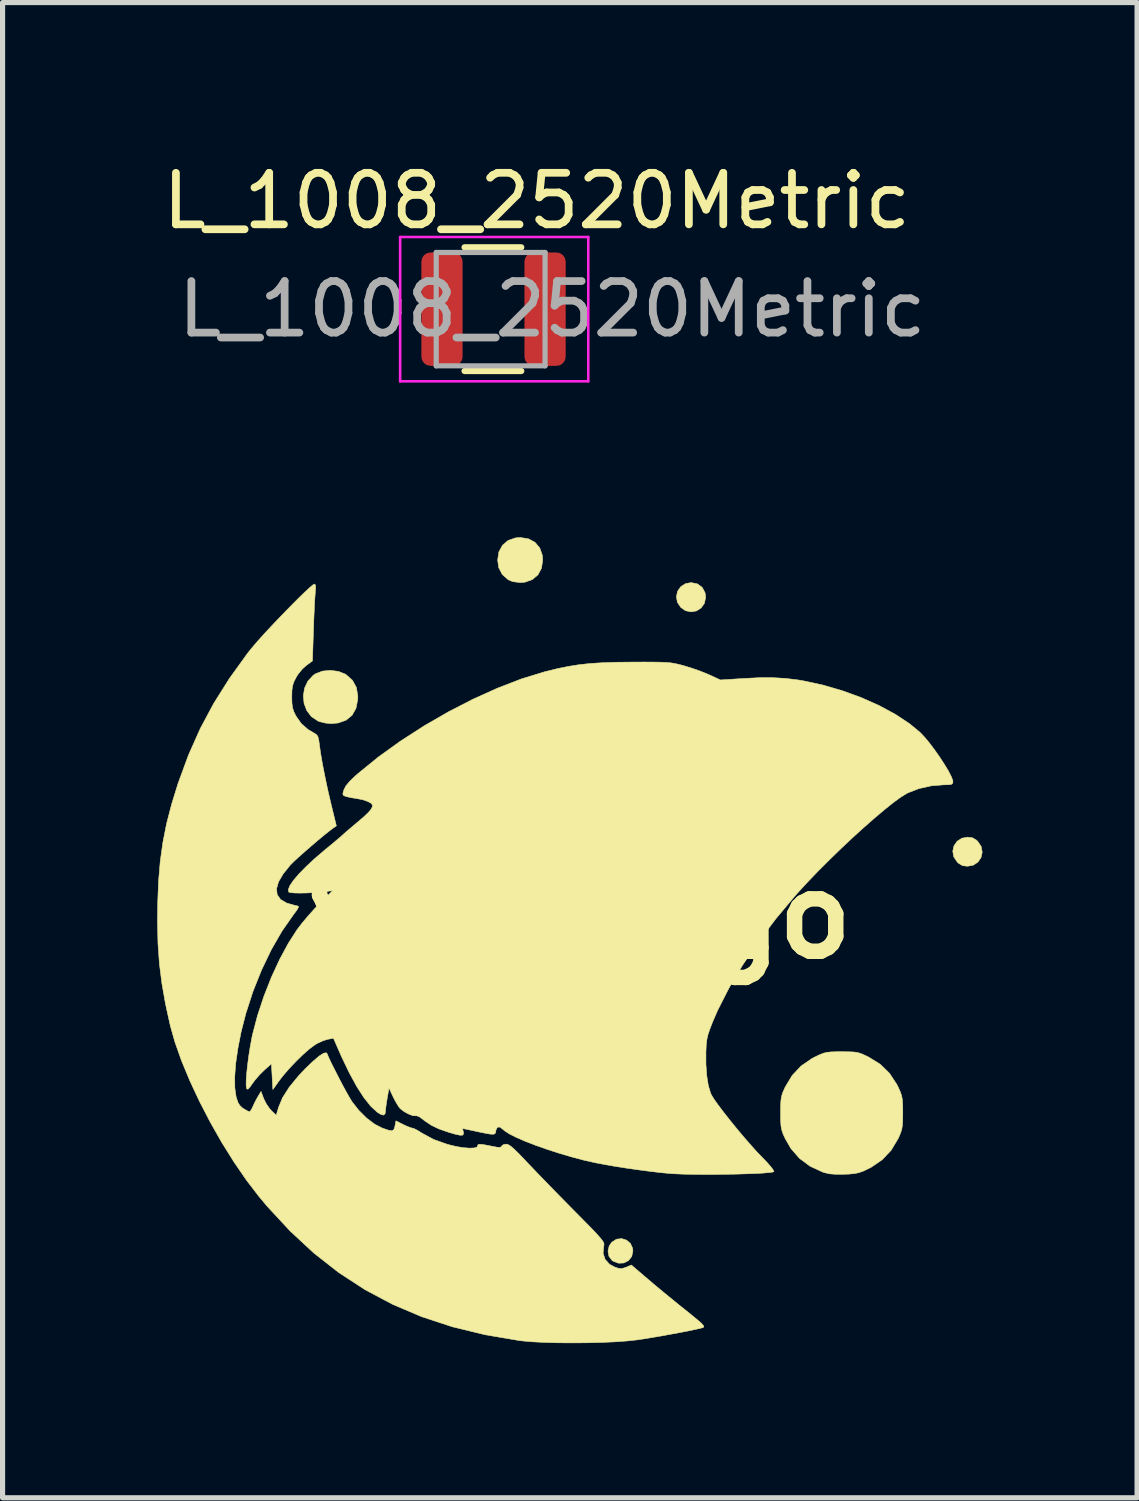
<source format=kicad_pcb>
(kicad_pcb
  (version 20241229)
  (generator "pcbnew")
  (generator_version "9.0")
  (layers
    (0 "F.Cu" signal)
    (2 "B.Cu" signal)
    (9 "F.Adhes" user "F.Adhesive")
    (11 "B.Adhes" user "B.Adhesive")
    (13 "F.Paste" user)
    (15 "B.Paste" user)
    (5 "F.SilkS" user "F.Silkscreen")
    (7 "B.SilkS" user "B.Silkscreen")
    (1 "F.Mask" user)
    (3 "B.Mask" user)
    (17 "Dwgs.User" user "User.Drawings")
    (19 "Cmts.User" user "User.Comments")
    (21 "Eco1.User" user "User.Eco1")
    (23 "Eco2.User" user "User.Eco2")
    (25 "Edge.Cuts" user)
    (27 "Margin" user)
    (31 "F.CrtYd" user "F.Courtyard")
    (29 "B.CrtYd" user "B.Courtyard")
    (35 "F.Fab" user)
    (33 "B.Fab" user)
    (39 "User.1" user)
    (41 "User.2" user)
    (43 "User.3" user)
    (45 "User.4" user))
  (footprint "SSH_logo"
    (layer "F.Cu")
    (at 8.157 14.716)
    (property "Reference" "SSH_logo" (at 0 0 0) (layer "F.SilkS") (effects (font (size 1.524 1.524) (thickness 0.3))))
    (attr through_hole)
    (fp_poly (pts (xy 0.948 6.294) (xy 1.024 6.358) (xy 1.067 6.453) (xy 1.072 6.505) (xy 1.049 6.612) (xy 0.986 6.691) (xy 0.897 6.737) (xy 0.794 6.742) (xy 0.69 6.703) (xy 0.667 6.687) (xy 0.607 6.607) (xy 0.589 6.507) (xy 0.613 6.405) (xy 0.662 6.335) (xy 0.754 6.276) (xy 0.854 6.264) (xy 0.948 6.294)) (stroke (width 0.01) (type solid)) (fill yes) (layer "F.SilkS"))
    (fp_poly (pts (xy 2.324 -6.438) (xy 2.417 -6.37) (xy 2.472 -6.266) (xy 2.484 -6.181) (xy 2.46 -6.062) (xy 2.397 -5.972) (xy 2.306 -5.914) (xy 2.201 -5.895) (xy 2.092 -5.918) (xy 2.002 -5.981) (xy 1.935 -6.081) (xy 1.916 -6.19) (xy 1.939 -6.295) (xy 2 -6.383) (xy 2.093 -6.443) (xy 2.201 -6.463) (xy 2.324 -6.438)) (stroke (width 0.01) (type solid)) (fill yes) (layer "F.SilkS"))
    (fp_poly (pts (xy 7.66 -1.512) (xy 7.736 -1.467) (xy 7.763 -1.442) (xy 7.83 -1.341) (xy 7.849 -1.232) (xy 7.826 -1.128) (xy 7.765 -1.039) (xy 7.672 -0.979) (xy 7.564 -0.96) (xy 7.467 -0.971) (xy 7.392 -1.016) (xy 7.364 -1.042) (xy 7.297 -1.143) (xy 7.278 -1.251) (xy 7.301 -1.356) (xy 7.362 -1.444) (xy 7.455 -1.504) (xy 7.564 -1.524) (xy 7.66 -1.512)) (stroke (width 0.01) (type solid)) (fill yes) (layer "F.SilkS"))
    (fp_poly (pts (xy -0.956 -7.313) (xy -0.827 -7.244) (xy -0.735 -7.135) (xy -0.685 -6.993) (xy -0.678 -6.9) (xy -0.702 -6.741) (xy -0.771 -6.613) (xy -0.88 -6.521) (xy -1.022 -6.471) (xy -1.115 -6.463) (xy -1.261 -6.482) (xy -1.348 -6.519) (xy -1.462 -6.62) (xy -1.531 -6.752) (xy -1.552 -6.9) (xy -1.528 -7.059) (xy -1.458 -7.188) (xy -1.35 -7.28) (xy -1.207 -7.33) (xy -1.115 -7.338) (xy -0.956 -7.313)) (stroke (width 0.01) (type solid)) (fill yes) (layer "F.SilkS"))
    (fp_poly (pts (xy -4.641 -4.74) (xy -4.507 -4.687) (xy -4.493 -4.678) (xy -4.369 -4.567) (xy -4.293 -4.429) (xy -4.265 -4.263) (xy -4.267 -4.192) (xy -4.301 -4.022) (xy -4.377 -3.888) (xy -4.494 -3.793) (xy -4.648 -3.739) (xy -4.784 -3.727) (xy -4.896 -3.738) (xy -5.008 -3.766) (xy -5.04 -3.779) (xy -5.167 -3.864) (xy -5.256 -3.982) (xy -5.308 -4.12) (xy -5.322 -4.268) (xy -5.298 -4.415) (xy -5.235 -4.55) (xy -5.133 -4.662) (xy -5.08 -4.697) (xy -4.949 -4.746) (xy -4.796 -4.76) (xy -4.641 -4.74)) (stroke (width 0.01) (type solid)) (fill yes) (layer "F.SilkS"))
    (fp_poly (pts (xy 5.261 2.64) (xy 5.361 2.644) (xy 5.438 2.656) (xy 5.509 2.679) (xy 5.591 2.716) (xy 5.648 2.744) (xy 5.871 2.882) (xy 6.051 3.058) (xy 6.194 3.275) (xy 6.218 3.324) (xy 6.258 3.412) (xy 6.284 3.486) (xy 6.299 3.562) (xy 6.306 3.656) (xy 6.308 3.786) (xy 6.308 3.824) (xy 6.307 3.965) (xy 6.301 4.066) (xy 6.288 4.145) (xy 6.265 4.217) (xy 6.229 4.301) (xy 6.218 4.324) (xy 6.083 4.55) (xy 5.909 4.734) (xy 5.696 4.88) (xy 5.65 4.903) (xy 5.543 4.954) (xy 5.457 4.985) (xy 5.37 5.003) (xy 5.261 5.013) (xy 5.168 5.016) (xy 5.01 5.017) (xy 4.891 5.008) (xy 4.792 4.986) (xy 4.755 4.974) (xy 4.509 4.86) (xy 4.304 4.708) (xy 4.137 4.516) (xy 4.026 4.323) (xy 3.986 4.235) (xy 3.961 4.161) (xy 3.946 4.086) (xy 3.939 3.991) (xy 3.937 3.861) (xy 3.937 3.824) (xy 3.938 3.683) (xy 3.944 3.582) (xy 3.956 3.503) (xy 3.979 3.431) (xy 4.016 3.347) (xy 4.027 3.324) (xy 4.162 3.099) (xy 4.335 2.915) (xy 4.548 2.769) (xy 4.596 2.744) (xy 4.692 2.698) (xy 4.767 2.668) (xy 4.839 2.65) (xy 4.924 2.642) (xy 5.039 2.639) (xy 5.122 2.639) (xy 5.261 2.64)) (stroke (width 0.01) (type solid)) (fill yes) (layer "F.SilkS"))
    (fp_poly (pts (xy -5.088 -6.417) (xy -5.084 -6.359) (xy -5.09 -6.272) (xy -5.096 -6.194) (xy -5.104 -6.071) (xy -5.111 -5.914) (xy -5.119 -5.736) (xy -5.125 -5.549) (xy -5.126 -5.526) (xy -5.145 -4.943) (xy -5.262 -4.858) (xy -5.347 -4.781) (xy -5.429 -4.678) (xy -5.462 -4.624) (xy -5.506 -4.537) (xy -5.531 -4.46) (xy -5.543 -4.371) (xy -5.546 -4.247) (xy -5.543 -4.124) (xy -5.531 -4.034) (xy -5.506 -3.957) (xy -5.464 -3.873) (xy -5.361 -3.726) (xy -5.228 -3.611) (xy -5.119 -3.547) (xy -5.068 -3.515) (xy -5.039 -3.474) (xy -5.022 -3.405) (xy -5.013 -3.339) (xy -4.988 -3.159) (xy -4.95 -2.938) (xy -4.901 -2.69) (xy -4.845 -2.426) (xy -4.783 -2.161) (xy -4.78 -2.149) (xy -4.681 -1.743) (xy -4.747 -1.698) (xy -4.82 -1.642) (xy -4.923 -1.56) (xy -5.044 -1.459) (xy -5.173 -1.349) (xy -5.3 -1.238) (xy -5.415 -1.136) (xy -5.508 -1.05) (xy -5.567 -0.991) (xy -5.57 -0.989) (xy -5.713 -0.812) (xy -5.804 -0.656) (xy -5.842 -0.521) (xy -5.829 -0.408) (xy -5.764 -0.316) (xy -5.647 -0.246) (xy -5.479 -0.198) (xy -5.438 -0.191) (xy -5.417 -0.181) (xy -5.421 -0.153) (xy -5.455 -0.099) (xy -5.516 -0.017) (xy -5.736 0.298) (xy -5.943 0.658) (xy -6.132 1.052) (xy -6.299 1.469) (xy -6.438 1.899) (xy -6.53 2.258) (xy -6.592 2.576) (xy -6.634 2.865) (xy -6.653 3.122) (xy -6.651 3.34) (xy -6.626 3.515) (xy -6.591 3.621) (xy -6.554 3.682) (xy -6.502 3.731) (xy -6.42 3.78) (xy -6.371 3.805) (xy -6.347 3.788) (xy -6.316 3.735) (xy -6.308 3.717) (xy -6.266 3.626) (xy -6.214 3.528) (xy -6.205 3.514) (xy -6.143 3.409) (xy -6.092 3.547) (xy -6.04 3.651) (xy -5.972 3.748) (xy -5.944 3.779) (xy -5.848 3.872) (xy -5.803 3.718) (xy -5.725 3.531) (xy -5.595 3.326) (xy -5.416 3.108) (xy -5.279 2.963) (xy -5.13 2.821) (xy -5.015 2.723) (xy -4.931 2.669) (xy -4.879 2.658) (xy -4.86 2.678) (xy -4.833 2.744) (xy -4.784 2.849) (xy -4.719 2.978) (xy -4.646 3.122) (xy -4.57 3.268) (xy -4.497 3.403) (xy -4.433 3.517) (xy -4.384 3.598) (xy -4.377 3.609) (xy -4.245 3.777) (xy -4.095 3.926) (xy -3.939 4.044) (xy -3.795 4.118) (xy -3.685 4.157) (xy -3.615 4.172) (xy -3.575 4.16) (xy -3.554 4.121) (xy -3.544 4.078) (xy -3.525 3.98) (xy -3.386 4.05) (xy -3.302 4.089) (xy -3.233 4.115) (xy -3.207 4.12) (xy -3.163 4.135) (xy -3.091 4.174) (xy -3.023 4.217) (xy -2.797 4.34) (xy -2.526 4.436) (xy -2.359 4.477) (xy -2.223 4.5) (xy -2.103 4.509) (xy -2.01 4.506) (xy -1.953 4.489) (xy -1.94 4.466) (xy -1.935 4.443) (xy -1.902 4.434) (xy -1.833 4.44) (xy -1.72 4.461) (xy -1.67 4.471) (xy -1.571 4.49) (xy -1.514 4.495) (xy -1.486 4.485) (xy -1.477 4.47) (xy -1.44 4.441) (xy -1.387 4.431) (xy -1.349 4.44) (xy -1.3 4.47) (xy -1.234 4.526) (xy -1.144 4.614) (xy -1.024 4.739) (xy -1.002 4.763) (xy -0.899 4.871) (xy -0.765 5.011) (xy -0.608 5.173) (xy -0.438 5.348) (xy -0.262 5.527) (xy -0.091 5.701) (xy -0.081 5.711) (xy 0.091 5.885) (xy 0.227 6.023) (xy 0.331 6.131) (xy 0.407 6.214) (xy 0.459 6.275) (xy 0.492 6.32) (xy 0.508 6.353) (xy 0.512 6.38) (xy 0.508 6.405) (xy 0.506 6.415) (xy 0.494 6.548) (xy 0.533 6.667) (xy 0.619 6.763) (xy 0.718 6.816) (xy 0.799 6.843) (xy 0.858 6.846) (xy 0.924 6.826) (xy 0.94 6.82) (xy 1.042 6.777) (xy 1.362 7.05) (xy 1.498 7.166) (xy 1.662 7.302) (xy 1.838 7.446) (xy 2.007 7.584) (xy 2.086 7.646) (xy 2.228 7.761) (xy 2.331 7.846) (xy 2.399 7.906) (xy 2.437 7.947) (xy 2.449 7.972) (xy 2.44 7.986) (xy 2.429 7.992) (xy 2.372 8.007) (xy 2.269 8.03) (xy 2.13 8.059) (xy 1.967 8.09) (xy 1.789 8.123) (xy 1.607 8.156) (xy 1.43 8.186) (xy 1.269 8.212) (xy 1.157 8.229) (xy 0.964 8.25) (xy 0.73 8.267) (xy 0.465 8.279) (xy 0.183 8.286) (xy -0.106 8.288) (xy -0.39 8.286) (xy -0.655 8.278) (xy -0.892 8.266) (xy -1.087 8.248) (xy -1.129 8.243) (xy -1.799 8.129) (xy -2.432 7.975) (xy -3.028 7.779) (xy -3.592 7.539) (xy -4.126 7.255) (xy -4.634 6.924) (xy -5.117 6.546) (xy -5.579 6.117) (xy -6.023 5.638) (xy -6.183 5.447) (xy -6.427 5.129) (xy -6.669 4.776) (xy -6.905 4.398) (xy -7.129 4.003) (xy -7.337 3.602) (xy -7.523 3.204) (xy -7.684 2.817) (xy -7.813 2.452) (xy -7.902 2.139) (xy -7.995 1.717) (xy -8.065 1.321) (xy -8.114 0.934) (xy -8.142 0.539) (xy -8.152 0.12) (xy -8.148 -0.233) (xy -8.131 -0.664) (xy -8.098 -1.057) (xy -8.046 -1.428) (xy -7.974 -1.791) (xy -7.877 -2.164) (xy -7.754 -2.562) (xy -7.747 -2.582) (xy -7.549 -3.12) (xy -7.323 -3.628) (xy -7.061 -4.118) (xy -6.758 -4.6) (xy -6.408 -5.086) (xy -6.369 -5.136) (xy -6.295 -5.226) (xy -6.197 -5.34) (xy -6.079 -5.47) (xy -5.948 -5.612) (xy -5.809 -5.758) (xy -5.668 -5.904) (xy -5.531 -6.044) (xy -5.404 -6.171) (xy -5.292 -6.279) (xy -5.202 -6.363) (xy -5.138 -6.417) (xy -5.107 -6.435) (xy -5.088 -6.417)) (stroke (width 0.01) (type solid)) (fill yes) (layer "F.SilkS"))
    (fp_poly (pts (xy 1.469 -4.921) (xy 1.605 -4.919) (xy 1.713 -4.914) (xy 1.799 -4.907) (xy 1.875 -4.895) (xy 1.949 -4.879) (xy 2.029 -4.859) (xy 2.064 -4.849) (xy 2.214 -4.803) (xy 2.374 -4.747) (xy 2.516 -4.69) (xy 2.553 -4.674) (xy 2.77 -4.574) (xy 3.227 -4.603) (xy 3.528 -4.618) (xy 3.792 -4.618) (xy 4.034 -4.604) (xy 4.272 -4.575) (xy 4.369 -4.559) (xy 4.755 -4.476) (xy 5.137 -4.365) (xy 5.505 -4.231) (xy 5.85 -4.077) (xy 6.165 -3.907) (xy 6.44 -3.725) (xy 6.641 -3.559) (xy 6.726 -3.47) (xy 6.823 -3.354) (xy 6.924 -3.22) (xy 7.024 -3.078) (xy 7.115 -2.938) (xy 7.193 -2.809) (xy 7.249 -2.7) (xy 7.279 -2.622) (xy 7.281 -2.601) (xy 7.276 -2.568) (xy 7.253 -2.549) (xy 7.198 -2.541) (xy 7.105 -2.54) (xy 6.861 -2.52) (xy 6.62 -2.466) (xy 6.406 -2.383) (xy 6.378 -2.368) (xy 6.265 -2.298) (xy 6.119 -2.191) (xy 5.946 -2.052) (xy 5.752 -1.888) (xy 5.542 -1.703) (xy 5.322 -1.503) (xy 5.098 -1.292) (xy 4.876 -1.076) (xy 4.66 -0.86) (xy 4.457 -0.648) (xy 4.273 -0.448) (xy 4.226 -0.395) (xy 3.848 0.056) (xy 3.504 0.511) (xy 3.198 0.962) (xy 2.935 1.405) (xy 2.717 1.834) (xy 2.619 2.06) (xy 2.565 2.199) (xy 2.529 2.306) (xy 2.507 2.402) (xy 2.495 2.507) (xy 2.489 2.639) (xy 2.489 2.883) (xy 2.505 3.104) (xy 2.535 3.293) (xy 2.579 3.44) (xy 2.597 3.479) (xy 2.647 3.561) (xy 2.729 3.676) (xy 2.835 3.816) (xy 2.958 3.972) (xy 3.091 4.136) (xy 3.228 4.299) (xy 3.361 4.452) (xy 3.483 4.588) (xy 3.58 4.688) (xy 3.669 4.78) (xy 3.743 4.864) (xy 3.792 4.929) (xy 3.81 4.963) (xy 3.783 4.974) (xy 3.707 4.984) (xy 3.589 4.994) (xy 3.438 5.002) (xy 3.259 5.008) (xy 3.061 5.014) (xy 2.851 5.017) (xy 2.637 5.02) (xy 2.425 5.02) (xy 2.224 5.018) (xy 2.041 5.014) (xy 1.882 5.007) (xy 1.82 5.004) (xy 1.648 4.988) (xy 1.436 4.964) (xy 1.199 4.933) (xy 0.952 4.898) (xy 0.711 4.86) (xy 0.49 4.821) (xy 0.353 4.795) (xy 0.125 4.744) (xy -0.113 4.681) (xy -0.354 4.61) (xy -0.59 4.534) (xy -0.814 4.455) (xy -1.016 4.377) (xy -1.191 4.301) (xy -1.329 4.231) (xy -1.423 4.169) (xy -1.446 4.148) (xy -1.509 4.1) (xy -1.557 4.103) (xy -1.584 4.156) (xy -1.586 4.17) (xy -1.592 4.207) (xy -1.606 4.23) (xy -1.638 4.24) (xy -1.696 4.237) (xy -1.789 4.221) (xy -1.926 4.193) (xy -1.971 4.183) (xy -2.234 4.127) (xy -2.217 4.194) (xy -2.214 4.236) (xy -2.235 4.258) (xy -2.287 4.258) (xy -2.378 4.238) (xy -2.502 4.202) (xy -2.692 4.136) (xy -2.84 4.065) (xy -2.963 3.983) (xy -3.002 3.951) (xy -3.073 3.9) (xy -3.129 3.88) (xy -3.141 3.882) (xy -3.195 3.88) (xy -3.275 3.85) (xy -3.361 3.804) (xy -3.434 3.749) (xy -3.453 3.73) (xy -3.492 3.674) (xy -3.543 3.587) (xy -3.582 3.509) (xy -3.66 3.344) (xy -3.693 3.53) (xy -3.71 3.634) (xy -3.722 3.722) (xy -3.726 3.77) (xy -3.736 3.843) (xy -3.768 3.869) (xy -3.828 3.85) (xy -3.89 3.81) (xy -4.014 3.696) (xy -4.147 3.529) (xy -4.287 3.311) (xy -4.433 3.043) (xy -4.584 2.727) (xy -4.662 2.55) (xy -4.737 2.377) (xy -4.85 2.398) (xy -4.94 2.426) (xy -5.045 2.474) (xy -5.1 2.507) (xy -5.205 2.585) (xy -5.331 2.696) (xy -5.466 2.828) (xy -5.599 2.968) (xy -5.717 3.105) (xy -5.793 3.204) (xy -5.913 3.373) (xy -5.927 3.123) (xy -5.941 2.873) (xy -6.077 2.993) (xy -6.171 3.086) (xy -6.263 3.193) (xy -6.309 3.255) (xy -6.363 3.331) (xy -6.395 3.365) (xy -6.415 3.362) (xy -6.425 3.344) (xy -6.432 3.287) (xy -6.43 3.185) (xy -6.42 3.049) (xy -6.403 2.891) (xy -6.381 2.721) (xy -6.354 2.55) (xy -6.325 2.39) (xy -6.307 2.303) (xy -6.21 1.934) (xy -6.086 1.56) (xy -5.941 1.192) (xy -5.78 0.844) (xy -5.609 0.528) (xy -5.443 0.27) (xy -5.346 0.143) (xy -5.224 -0.002) (xy -5.096 -0.144) (xy -5.009 -0.233) (xy -4.755 -0.485) (xy -4.967 -0.461) (xy -5.102 -0.449) (xy -5.242 -0.442) (xy -5.375 -0.439) (xy -5.488 -0.441) (xy -5.568 -0.447) (xy -5.604 -0.458) (xy -5.614 -0.507) (xy -5.582 -0.585) (xy -5.512 -0.688) (xy -5.405 -0.813) (xy -5.266 -0.955) (xy -5.098 -1.111) (xy -4.904 -1.277) (xy -4.882 -1.295) (xy -4.771 -1.386) (xy -4.675 -1.467) (xy -4.602 -1.528) (xy -4.562 -1.564) (xy -4.558 -1.568) (xy -4.526 -1.597) (xy -4.46 -1.654) (xy -4.371 -1.73) (xy -4.282 -1.805) (xy -4.153 -1.915) (xy -4.065 -1.998) (xy -4.011 -2.061) (xy -3.984 -2.111) (xy -3.979 -2.142) (xy -4.005 -2.18) (xy -4.075 -2.218) (xy -4.175 -2.252) (xy -4.292 -2.274) (xy -4.391 -2.29) (xy -4.475 -2.308) (xy -4.507 -2.317) (xy -4.546 -2.336) (xy -4.556 -2.366) (xy -4.541 -2.424) (xy -4.533 -2.447) (xy -4.496 -2.519) (xy -4.425 -2.604) (xy -4.316 -2.71) (xy -4.259 -2.76) (xy -3.864 -3.081) (xy -3.434 -3.39) (xy -2.978 -3.684) (xy -2.507 -3.956) (xy -2.028 -4.202) (xy -1.553 -4.416) (xy -1.089 -4.595) (xy -0.646 -4.731) (xy -0.607 -4.741) (xy -0.383 -4.796) (xy -0.173 -4.838) (xy 0.034 -4.871) (xy 0.251 -4.894) (xy 0.489 -4.909) (xy 0.76 -4.918) (xy 1.072 -4.921) (xy 1.294 -4.922) (xy 1.469 -4.921)) (stroke (width 0.01) (type solid)) (fill yes) (layer "F.SilkS")))
  (footprint "L_1008_2520Metric"
    (layer "F.Cu")
    (at 7.663 2.948)
    (property "Reference" "L_1008_2520Metric" (at -0.3 -2.1 0) (layer "F.SilkS") (effects (font (size 1 1) (thickness 0.15))))
    (attr smd)
    (fp_line (start -1.7 -1.2) (end -0.6 -1.2) (stroke (width 0.12) (type solid)) (layer "F.SilkS"))
    (fp_line (start -1.7 1.2) (end -0.6 1.2) (stroke (width 0.12) (type solid)) (layer "F.SilkS"))
    (fp_line (start -2.95 -1.4) (end 0.7 -1.4) (stroke (width 0.05) (type solid)) (layer "F.CrtYd"))
    (fp_line (start -2.95 1.4) (end -2.95 -1.4) (stroke (width 0.05) (type solid)) (layer "F.CrtYd"))
    (fp_line (start 0.7 -1.4) (end 0.7 1.4) (stroke (width 0.05) (type solid)) (layer "F.CrtYd"))
    (fp_line (start 0.7 1.4) (end -2.95 1.4) (stroke (width 0.05) (type solid)) (layer "F.CrtYd"))
    (fp_line (start -2.25 -1.1) (end -0.138 -1.1) (stroke (width 0.1) (type solid)) (layer "F.Fab"))
    (fp_line (start -2.25 1.1) (end -2.25 -1.1) (stroke (width 0.1) (type solid)) (layer "F.Fab"))
    (fp_line (start -0.138 -1.1) (end -0.138 1.1) (stroke (width 0.1) (type solid)) (layer "F.Fab"))
    (fp_line (start -0.138 1.1) (end -2.25 1.1) (stroke (width 0.1) (type solid)) (layer "F.Fab"))
    (fp_text user "${REFERENCE}" (at 0 0 0) (layer "F.Fab") (effects (font (size 1 1) (thickness 0.15))))
    (pad "1" smd roundrect (at -2.138 0) (size 0.8 2.2) (layers "F.Cu" "F.Mask" "F.Paste") (roundrect_rratio 0.222))
    (pad "2" smd roundrect (at -0.138 0) (size 0.8 2.2) (layers "F.Cu" "F.Mask" "F.Paste") (roundrect_rratio 0.222)))
  (gr_rect
    (start -3 -3)
    (end 19.011 26.009)
    (stroke (width 0.1) (type default))
    (fill no)
    (layer "Edge.Cuts")))
</source>
